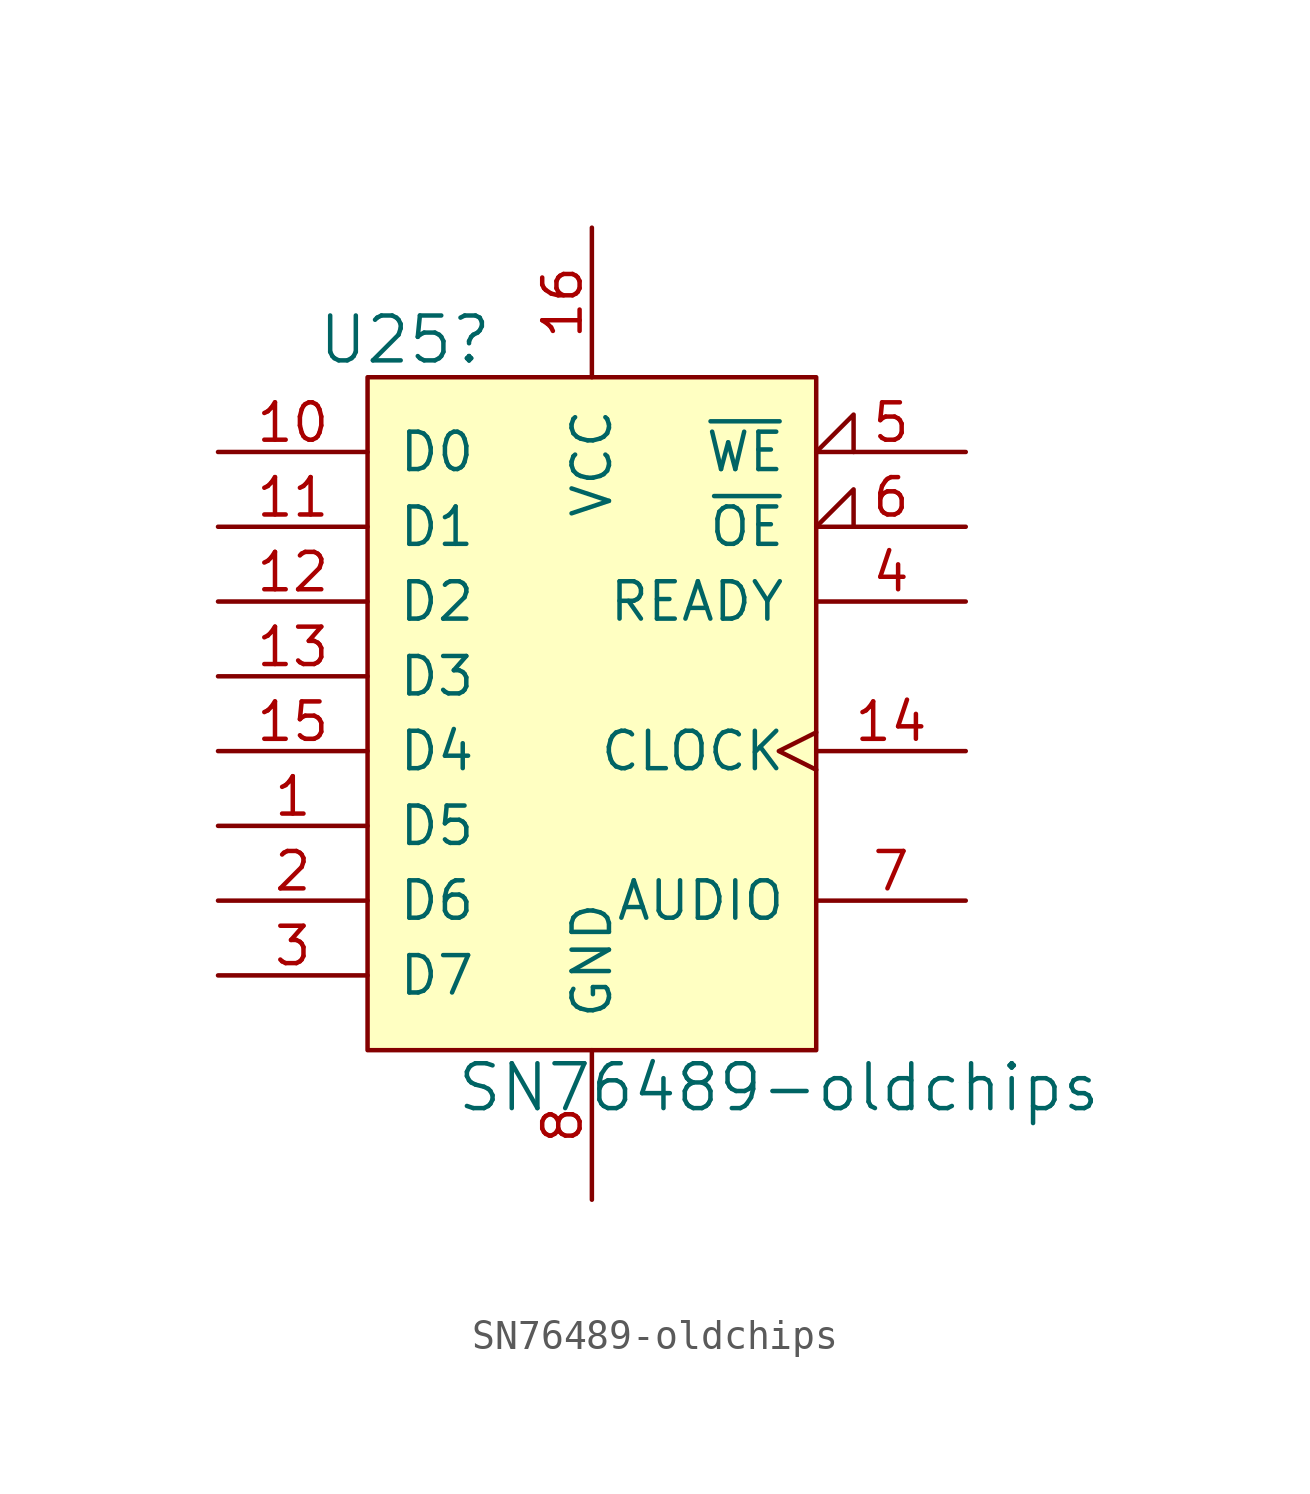
<source format=kicad_sym>
(kicad_symbol_lib
  (version 20211014)
  (generator kicad_symbol_editor)
  (symbol "SN76489-oldchips"
    (pin_names
      (offset 1.016))
    (property "Reference" "U25"
      (at -6.35 25.4 0)
      (effects (font (size 1.524 1.524))))
    (property "Value" "SN76489-oldchips"
      (at 6.35 0 0)
      (effects (font (size 1.524 1.524))))
    (symbol "SN76489-oldchips_0_1"
      (rectangle (start -7.62 24.13) (end 7.62 1.27) (stroke (width 0) (type default) (color 0 0 0 0)) (fill (type background))))
    (symbol "SN76489-oldchips_1_1"
      (pin input line (at -12.7 8.89 0) (length 5.08) (name "D5" (effects (font (size 1.27 1.27)))) (number "1" (effects (font (size 1.27 1.27)))))
      (pin input line (at -12.7 21.59 0) (length 5.08) (name "D0" (effects (font (size 1.27 1.27)))) (number "10" (effects (font (size 1.27 1.27)))))
      (pin input line (at -12.7 19.05 0) (length 5.08) (name "D1" (effects (font (size 1.27 1.27)))) (number "11" (effects (font (size 1.27 1.27)))))
      (pin input line (at -12.7 16.51 0) (length 5.08) (name "D2" (effects (font (size 1.27 1.27)))) (number "12" (effects (font (size 1.27 1.27)))))
      (pin input line (at -12.7 13.97 0) (length 5.08) (name "D3" (effects (font (size 1.27 1.27)))) (number "13" (effects (font (size 1.27 1.27)))))
      (pin input clock (at 12.7 11.43 180) (length 5.08) (name "CLOCK" (effects (font (size 1.27 1.27)))) (number "14" (effects (font (size 1.27 1.27)))))
      (pin input line (at -12.7 11.43 0) (length 5.08) (name "D4" (effects (font (size 1.27 1.27)))) (number "15" (effects (font (size 1.27 1.27)))))
      (pin input line (at 0 29.21 270) (length 5.08) (name "VCC" (effects (font (size 1.27 1.27)))) (number "16" (effects (font (size 1.27 1.27)))))
      (pin input line (at -12.7 6.35 0) (length 5.08) (name "D6" (effects (font (size 1.27 1.27)))) (number "2" (effects (font (size 1.27 1.27)))))
      (pin input line (at -12.7 3.81 0) (length 5.08) (name "D7" (effects (font (size 1.27 1.27)))) (number "3" (effects (font (size 1.27 1.27)))))
      (pin open_collector line (at 12.7 16.51 180) (length 5.08) (name "READY" (effects (font (size 1.27 1.27)))) (number "4" (effects (font (size 1.27 1.27)))))
      (pin input input_low (at 12.7 21.59 180) (length 5.08) (name "~{WE}" (effects (font (size 1.27 1.27)))) (number "5" (effects (font (size 1.27 1.27)))))
      (pin input input_low (at 12.7 19.05 180) (length 5.08) (name "~{OE}" (effects (font (size 1.27 1.27)))) (number "6" (effects (font (size 1.27 1.27)))))
      (pin output line (at 12.7 6.35 180) (length 5.08) (name "AUDIO" (effects (font (size 1.27 1.27)))) (number "7" (effects (font (size 1.27 1.27)))))
      (pin input line (at 0 -3.81 90) (length 5.08) (name "GND" (effects (font (size 1.27 1.27)))) (number "8" (effects (font (size 1.27 1.27)))))
      (pin no_connect line (at 12.7 3.81 180) (length 5.08) hide (name "N.C." (effects (font (size 1.27 1.27)))) (number "9" (effects (font (size 1.27 1.27))))))))
</source>
